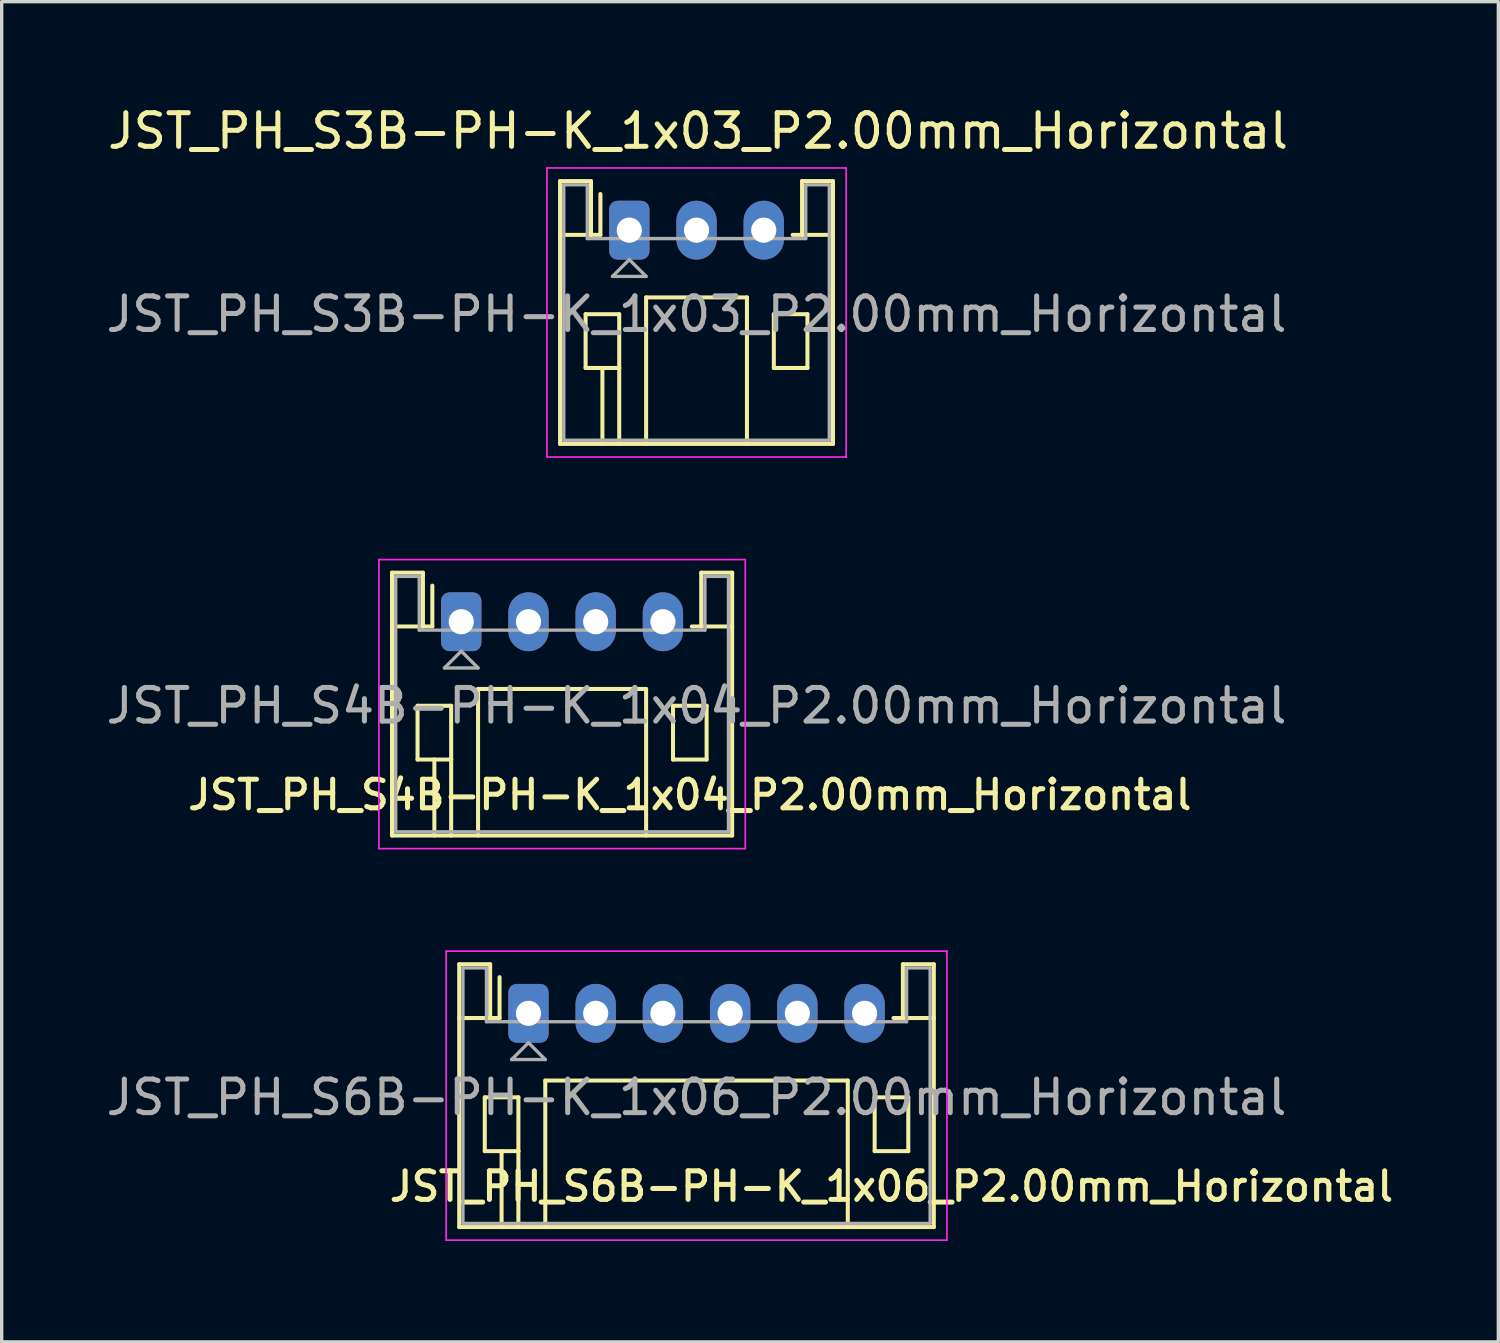
<source format=kicad_pcb>
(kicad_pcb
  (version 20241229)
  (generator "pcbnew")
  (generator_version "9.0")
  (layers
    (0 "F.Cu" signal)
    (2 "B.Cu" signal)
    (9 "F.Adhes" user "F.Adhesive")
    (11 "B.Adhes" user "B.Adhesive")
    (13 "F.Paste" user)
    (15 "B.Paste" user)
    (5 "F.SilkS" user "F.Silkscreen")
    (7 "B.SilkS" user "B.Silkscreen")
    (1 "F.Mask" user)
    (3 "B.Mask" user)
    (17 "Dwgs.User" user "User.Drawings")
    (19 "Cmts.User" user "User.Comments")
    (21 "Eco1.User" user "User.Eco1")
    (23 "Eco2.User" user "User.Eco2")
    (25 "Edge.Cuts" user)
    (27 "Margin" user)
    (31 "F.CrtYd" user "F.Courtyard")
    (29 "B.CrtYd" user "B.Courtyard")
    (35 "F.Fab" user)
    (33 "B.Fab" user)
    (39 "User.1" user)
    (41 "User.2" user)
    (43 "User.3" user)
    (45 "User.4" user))
  (footprint "JST_PH_S3B-PH-K_1x03_P2.00mm_Horizontal"
    (layer "F.Cu")
    (at 15.673 3.798)
    (property "Reference" "JST_PH_S3B-PH-K_1x03_P2.00mm_Horizontal" (at 2.044 -2.95 0) (layer "F.SilkS") (effects (font (size 1 1) (thickness 0.15))))
    (attr through_hole)
    (fp_line (start -2.06 -1.46) (end -2.06 6.36) (stroke (width 0.12) (type solid)) (layer "F.SilkS"))
    (fp_line (start -2.06 0.14) (end -1.14 0.14) (stroke (width 0.12) (type solid)) (layer "F.SilkS"))
    (fp_line (start -2.06 6.36) (end 6.06 6.36) (stroke (width 0.12) (type solid)) (layer "F.SilkS"))
    (fp_line (start -1.3 2.5) (end -1.3 4.1) (stroke (width 0.12) (type solid)) (layer "F.SilkS"))
    (fp_line (start -1.3 4.1) (end -0.3 4.1) (stroke (width 0.12) (type solid)) (layer "F.SilkS"))
    (fp_line (start -1.14 -1.46) (end -2.06 -1.46) (stroke (width 0.12) (type solid)) (layer "F.SilkS"))
    (fp_line (start -1.14 0.14) (end -1.14 -1.46) (stroke (width 0.12) (type solid)) (layer "F.SilkS"))
    (fp_line (start -0.86 0.14) (end -1.14 0.14) (stroke (width 0.12) (type solid)) (layer "F.SilkS"))
    (fp_line (start -0.86 0.14) (end -0.86 -1.075) (stroke (width 0.12) (type solid)) (layer "F.SilkS"))
    (fp_line (start -0.8 4.1) (end -0.8 6.36) (stroke (width 0.12) (type solid)) (layer "F.SilkS"))
    (fp_line (start -0.3 2.5) (end -1.3 2.5) (stroke (width 0.12) (type solid)) (layer "F.SilkS"))
    (fp_line (start -0.3 4.1) (end -0.3 2.5) (stroke (width 0.12) (type solid)) (layer "F.SilkS"))
    (fp_line (start -0.3 4.1) (end -0.3 6.36) (stroke (width 0.12) (type solid)) (layer "F.SilkS"))
    (fp_line (start 0.5 2) (end 3.5 2) (stroke (width 0.12) (type solid)) (layer "F.SilkS"))
    (fp_line (start 0.5 6.36) (end 0.5 2) (stroke (width 0.12) (type solid)) (layer "F.SilkS"))
    (fp_line (start 3.5 2) (end 3.5 6.36) (stroke (width 0.12) (type solid)) (layer "F.SilkS"))
    (fp_line (start 4.3 2.5) (end 5.3 2.5) (stroke (width 0.12) (type solid)) (layer "F.SilkS"))
    (fp_line (start 4.3 4.1) (end 4.3 2.5) (stroke (width 0.12) (type solid)) (layer "F.SilkS"))
    (fp_line (start 5.14 -1.46) (end 5.14 0.14) (stroke (width 0.12) (type solid)) (layer "F.SilkS"))
    (fp_line (start 5.14 0.14) (end 4.86 0.14) (stroke (width 0.12) (type solid)) (layer "F.SilkS"))
    (fp_line (start 5.3 2.5) (end 5.3 4.1) (stroke (width 0.12) (type solid)) (layer "F.SilkS"))
    (fp_line (start 5.3 4.1) (end 4.3 4.1) (stroke (width 0.12) (type solid)) (layer "F.SilkS"))
    (fp_line (start 6.06 -1.46) (end 5.14 -1.46) (stroke (width 0.12) (type solid)) (layer "F.SilkS"))
    (fp_line (start 6.06 0.14) (end 5.14 0.14) (stroke (width 0.12) (type solid)) (layer "F.SilkS"))
    (fp_line (start 6.06 6.36) (end 6.06 -1.46) (stroke (width 0.12) (type solid)) (layer "F.SilkS"))
    (fp_line (start -2.45 -1.85) (end -2.45 6.75) (stroke (width 0.05) (type solid)) (layer "F.CrtYd"))
    (fp_line (start -2.45 6.75) (end 6.45 6.75) (stroke (width 0.05) (type solid)) (layer "F.CrtYd"))
    (fp_line (start 6.45 -1.85) (end -2.45 -1.85) (stroke (width 0.05) (type solid)) (layer "F.CrtYd"))
    (fp_line (start 6.45 6.75) (end 6.45 -1.85) (stroke (width 0.05) (type solid)) (layer "F.CrtYd"))
    (fp_line (start -1.95 -1.35) (end -1.95 6.25) (stroke (width 0.1) (type solid)) (layer "F.Fab"))
    (fp_line (start -1.95 6.25) (end 5.95 6.25) (stroke (width 0.1) (type solid)) (layer "F.Fab"))
    (fp_line (start -1.25 -1.35) (end -1.95 -1.35) (stroke (width 0.1) (type solid)) (layer "F.Fab"))
    (fp_line (start -1.25 0.25) (end -1.25 -1.35) (stroke (width 0.1) (type solid)) (layer "F.Fab"))
    (fp_line (start -0.5 1.375) (end 0.5 1.375) (stroke (width 0.1) (type solid)) (layer "F.Fab"))
    (fp_line (start 0 0.875) (end -0.5 1.375) (stroke (width 0.1) (type solid)) (layer "F.Fab"))
    (fp_line (start 0.5 1.375) (end 0 0.875) (stroke (width 0.1) (type solid)) (layer "F.Fab"))
    (fp_line (start 5.25 -1.35) (end 5.25 0.25) (stroke (width 0.1) (type solid)) (layer "F.Fab"))
    (fp_line (start 5.25 0.25) (end -1.25 0.25) (stroke (width 0.1) (type solid)) (layer "F.Fab"))
    (fp_line (start 5.95 -1.35) (end 5.25 -1.35) (stroke (width 0.1) (type solid)) (layer "F.Fab"))
    (fp_line (start 5.95 6.25) (end 5.95 -1.35) (stroke (width 0.1) (type solid)) (layer "F.Fab"))
    (fp_text user "${REFERENCE}" (at 2 2.5 0) (layer "F.Fab") (effects (font (size 1 1) (thickness 0.15))))
    (pad "1" thru_hole roundrect (at 0 0 180) (size 1.2 1.75) (drill 0.75) (layers "*.Cu" "*.Mask") (roundrect_rratio 0.208))
    (pad "2" thru_hole oval (at 2 0 180) (size 1.2 1.75) (drill 0.75) (layers "*.Cu" "*.Mask"))
    (pad "3" thru_hole oval (at 4 0 180) (size 1.2 1.75) (drill 0.75) (layers "*.Cu" "*.Mask")))
  (footprint "JST_PH_S6B-PH-K_1x06_P2.00mm_Horizontal"
    (layer "F.Cu")
    (at 12.673 27.098)
    (property "Reference" "JST_PH_S6B-PH-K_1x06_P2.00mm_Horizontal" (at 10.8 5.15 0) (layer "F.SilkS") (effects (font (size 0.85 0.85) (thickness 0.15))))
    (attr through_hole)
    (fp_line (start -2.06 -1.46) (end -2.06 6.36) (stroke (width 0.12) (type solid)) (layer "F.SilkS"))
    (fp_line (start -2.06 0.14) (end -1.14 0.14) (stroke (width 0.12) (type solid)) (layer "F.SilkS"))
    (fp_line (start -2.06 6.36) (end 12.06 6.36) (stroke (width 0.12) (type solid)) (layer "F.SilkS"))
    (fp_line (start -1.3 2.5) (end -1.3 4.1) (stroke (width 0.12) (type solid)) (layer "F.SilkS"))
    (fp_line (start -1.3 4.1) (end -0.3 4.1) (stroke (width 0.12) (type solid)) (layer "F.SilkS"))
    (fp_line (start -1.14 -1.46) (end -2.06 -1.46) (stroke (width 0.12) (type solid)) (layer "F.SilkS"))
    (fp_line (start -1.14 0.14) (end -1.14 -1.46) (stroke (width 0.12) (type solid)) (layer "F.SilkS"))
    (fp_line (start -0.86 0.14) (end -1.14 0.14) (stroke (width 0.12) (type solid)) (layer "F.SilkS"))
    (fp_line (start -0.86 0.14) (end -0.86 -1.075) (stroke (width 0.12) (type solid)) (layer "F.SilkS"))
    (fp_line (start -0.8 4.1) (end -0.8 6.36) (stroke (width 0.12) (type solid)) (layer "F.SilkS"))
    (fp_line (start -0.3 2.5) (end -1.3 2.5) (stroke (width 0.12) (type solid)) (layer "F.SilkS"))
    (fp_line (start -0.3 4.1) (end -0.3 2.5) (stroke (width 0.12) (type solid)) (layer "F.SilkS"))
    (fp_line (start -0.3 4.1) (end -0.3 6.36) (stroke (width 0.12) (type solid)) (layer "F.SilkS"))
    (fp_line (start 0.5 2) (end 9.5 2) (stroke (width 0.12) (type solid)) (layer "F.SilkS"))
    (fp_line (start 0.5 6.36) (end 0.5 2) (stroke (width 0.12) (type solid)) (layer "F.SilkS"))
    (fp_line (start 9.5 2) (end 9.5 6.36) (stroke (width 0.12) (type solid)) (layer "F.SilkS"))
    (fp_line (start 10.3 2.5) (end 11.3 2.5) (stroke (width 0.12) (type solid)) (layer "F.SilkS"))
    (fp_line (start 10.3 4.1) (end 10.3 2.5) (stroke (width 0.12) (type solid)) (layer "F.SilkS"))
    (fp_line (start 11.14 -1.46) (end 11.14 0.14) (stroke (width 0.12) (type solid)) (layer "F.SilkS"))
    (fp_line (start 11.14 0.14) (end 10.86 0.14) (stroke (width 0.12) (type solid)) (layer "F.SilkS"))
    (fp_line (start 11.3 2.5) (end 11.3 4.1) (stroke (width 0.12) (type solid)) (layer "F.SilkS"))
    (fp_line (start 11.3 4.1) (end 10.3 4.1) (stroke (width 0.12) (type solid)) (layer "F.SilkS"))
    (fp_line (start 12.06 -1.46) (end 11.14 -1.46) (stroke (width 0.12) (type solid)) (layer "F.SilkS"))
    (fp_line (start 12.06 0.14) (end 11.14 0.14) (stroke (width 0.12) (type solid)) (layer "F.SilkS"))
    (fp_line (start 12.06 6.36) (end 12.06 -1.46) (stroke (width 0.12) (type solid)) (layer "F.SilkS"))
    (fp_line (start -2.45 -1.85) (end -2.45 6.75) (stroke (width 0.05) (type solid)) (layer "F.CrtYd"))
    (fp_line (start -2.45 6.75) (end 12.45 6.75) (stroke (width 0.05) (type solid)) (layer "F.CrtYd"))
    (fp_line (start 12.45 -1.85) (end -2.45 -1.85) (stroke (width 0.05) (type solid)) (layer "F.CrtYd"))
    (fp_line (start 12.45 6.75) (end 12.45 -1.85) (stroke (width 0.05) (type solid)) (layer "F.CrtYd"))
    (fp_line (start -1.95 -1.35) (end -1.95 6.25) (stroke (width 0.1) (type solid)) (layer "F.Fab"))
    (fp_line (start -1.95 6.25) (end 11.95 6.25) (stroke (width 0.1) (type solid)) (layer "F.Fab"))
    (fp_line (start -1.25 -1.35) (end -1.95 -1.35) (stroke (width 0.1) (type solid)) (layer "F.Fab"))
    (fp_line (start -1.25 0.25) (end -1.25 -1.35) (stroke (width 0.1) (type solid)) (layer "F.Fab"))
    (fp_line (start -0.5 1.375) (end 0.5 1.375) (stroke (width 0.1) (type solid)) (layer "F.Fab"))
    (fp_line (start 0 0.875) (end -0.5 1.375) (stroke (width 0.1) (type solid)) (layer "F.Fab"))
    (fp_line (start 0.5 1.375) (end 0 0.875) (stroke (width 0.1) (type solid)) (layer "F.Fab"))
    (fp_line (start 11.25 -1.35) (end 11.25 0.25) (stroke (width 0.1) (type solid)) (layer "F.Fab"))
    (fp_line (start 11.25 0.25) (end -1.25 0.25) (stroke (width 0.1) (type solid)) (layer "F.Fab"))
    (fp_line (start 11.95 -1.35) (end 11.25 -1.35) (stroke (width 0.1) (type solid)) (layer "F.Fab"))
    (fp_line (start 11.95 6.25) (end 11.95 -1.35) (stroke (width 0.1) (type solid)) (layer "F.Fab"))
    (fp_text user "${REFERENCE}" (at 5 2.5 0) (unlocked yes) (layer "F.Fab") (effects (font (size 1 1) (thickness 0.15))))
    (pad "1" thru_hole roundrect (at 0 0 180) (size 1.2 1.75) (drill 0.75) (layers "*.Cu" "*.Mask") (roundrect_rratio 0.208))
    (pad "2" thru_hole oval (at 2 0 180) (size 1.2 1.75) (drill 0.75) (layers "*.Cu" "*.Mask"))
    (pad "3" thru_hole oval (at 4 0 180) (size 1.2 1.75) (drill 0.75) (layers "*.Cu" "*.Mask"))
    (pad "4" thru_hole oval (at 6 0 180) (size 1.2 1.75) (drill 0.75) (layers "*.Cu" "*.Mask"))
    (pad "5" thru_hole oval (at 8 0 180) (size 1.2 1.75) (drill 0.75) (layers "*.Cu" "*.Mask"))
    (pad "6" thru_hole oval (at 10 0 180) (size 1.2 1.75) (drill 0.75) (layers "*.Cu" "*.Mask")))
  (footprint "JST_PH_S4B-PH-K_1x04_P2.00mm_Horizontal"
    (layer "F.Cu")
    (at 10.673 15.448)
    (property "Reference" "JST_PH_S4B-PH-K_1x04_P2.00mm_Horizontal" (at 6.8 5.15 0) (layer "F.SilkS") (effects (font (size 0.85 0.85) (thickness 0.15))))
    (attr through_hole)
    (fp_line (start -2.06 -1.46) (end -2.06 6.36) (stroke (width 0.12) (type solid)) (layer "F.SilkS"))
    (fp_line (start -2.06 0.14) (end -1.14 0.14) (stroke (width 0.12) (type solid)) (layer "F.SilkS"))
    (fp_line (start -2.06 6.36) (end 8.06 6.36) (stroke (width 0.12) (type solid)) (layer "F.SilkS"))
    (fp_line (start -1.3 2.5) (end -1.3 4.1) (stroke (width 0.12) (type solid)) (layer "F.SilkS"))
    (fp_line (start -1.3 4.1) (end -0.3 4.1) (stroke (width 0.12) (type solid)) (layer "F.SilkS"))
    (fp_line (start -1.14 -1.46) (end -2.06 -1.46) (stroke (width 0.12) (type solid)) (layer "F.SilkS"))
    (fp_line (start -1.14 0.14) (end -1.14 -1.46) (stroke (width 0.12) (type solid)) (layer "F.SilkS"))
    (fp_line (start -0.86 0.14) (end -1.14 0.14) (stroke (width 0.12) (type solid)) (layer "F.SilkS"))
    (fp_line (start -0.86 0.14) (end -0.86 -1.075) (stroke (width 0.12) (type solid)) (layer "F.SilkS"))
    (fp_line (start -0.8 4.1) (end -0.8 6.36) (stroke (width 0.12) (type solid)) (layer "F.SilkS"))
    (fp_line (start -0.3 2.5) (end -1.3 2.5) (stroke (width 0.12) (type solid)) (layer "F.SilkS"))
    (fp_line (start -0.3 4.1) (end -0.3 2.5) (stroke (width 0.12) (type solid)) (layer "F.SilkS"))
    (fp_line (start -0.3 4.1) (end -0.3 6.36) (stroke (width 0.12) (type solid)) (layer "F.SilkS"))
    (fp_line (start 0.5 2) (end 5.5 2) (stroke (width 0.12) (type solid)) (layer "F.SilkS"))
    (fp_line (start 0.5 6.36) (end 0.5 2) (stroke (width 0.12) (type solid)) (layer "F.SilkS"))
    (fp_line (start 5.5 2) (end 5.5 6.36) (stroke (width 0.12) (type solid)) (layer "F.SilkS"))
    (fp_line (start 6.3 2.5) (end 7.3 2.5) (stroke (width 0.12) (type solid)) (layer "F.SilkS"))
    (fp_line (start 6.3 4.1) (end 6.3 2.5) (stroke (width 0.12) (type solid)) (layer "F.SilkS"))
    (fp_line (start 7.14 -1.46) (end 7.14 0.14) (stroke (width 0.12) (type solid)) (layer "F.SilkS"))
    (fp_line (start 7.14 0.14) (end 6.86 0.14) (stroke (width 0.12) (type solid)) (layer "F.SilkS"))
    (fp_line (start 7.3 2.5) (end 7.3 4.1) (stroke (width 0.12) (type solid)) (layer "F.SilkS"))
    (fp_line (start 7.3 4.1) (end 6.3 4.1) (stroke (width 0.12) (type solid)) (layer "F.SilkS"))
    (fp_line (start 8.06 -1.46) (end 7.14 -1.46) (stroke (width 0.12) (type solid)) (layer "F.SilkS"))
    (fp_line (start 8.06 0.14) (end 7.14 0.14) (stroke (width 0.12) (type solid)) (layer "F.SilkS"))
    (fp_line (start 8.06 6.36) (end 8.06 -1.46) (stroke (width 0.12) (type solid)) (layer "F.SilkS"))
    (fp_line (start -2.45 -1.85) (end -2.45 6.75) (stroke (width 0.05) (type solid)) (layer "F.CrtYd"))
    (fp_line (start -2.45 6.75) (end 8.45 6.75) (stroke (width 0.05) (type solid)) (layer "F.CrtYd"))
    (fp_line (start 8.45 -1.85) (end -2.45 -1.85) (stroke (width 0.05) (type solid)) (layer "F.CrtYd"))
    (fp_line (start 8.45 6.75) (end 8.45 -1.85) (stroke (width 0.05) (type solid)) (layer "F.CrtYd"))
    (fp_line (start -1.95 -1.35) (end -1.95 6.25) (stroke (width 0.1) (type solid)) (layer "F.Fab"))
    (fp_line (start -1.95 6.25) (end 7.95 6.25) (stroke (width 0.1) (type solid)) (layer "F.Fab"))
    (fp_line (start -1.25 -1.35) (end -1.95 -1.35) (stroke (width 0.1) (type solid)) (layer "F.Fab"))
    (fp_line (start -1.25 0.25) (end -1.25 -1.35) (stroke (width 0.1) (type solid)) (layer "F.Fab"))
    (fp_line (start -0.5 1.375) (end 0.5 1.375) (stroke (width 0.1) (type solid)) (layer "F.Fab"))
    (fp_line (start 0 0.875) (end -0.5 1.375) (stroke (width 0.1) (type solid)) (layer "F.Fab"))
    (fp_line (start 0.5 1.375) (end 0 0.875) (stroke (width 0.1) (type solid)) (layer "F.Fab"))
    (fp_line (start 7.25 -1.35) (end 7.25 0.25) (stroke (width 0.1) (type solid)) (layer "F.Fab"))
    (fp_line (start 7.25 0.25) (end -1.25 0.25) (stroke (width 0.1) (type solid)) (layer "F.Fab"))
    (fp_line (start 7.95 -1.35) (end 7.25 -1.35) (stroke (width 0.1) (type solid)) (layer "F.Fab"))
    (fp_line (start 7.95 6.25) (end 7.95 -1.35) (stroke (width 0.1) (type solid)) (layer "F.Fab"))
    (fp_text user "${REFERENCE}" (at 7 2.5 0) (layer "F.Fab") (effects (font (size 1 1) (thickness 0.15))))
    (pad "1" thru_hole roundrect (at 0 0 180) (size 1.2 1.75) (drill 0.75) (layers "*.Cu" "*.Mask") (roundrect_rratio 0.208))
    (pad "2" thru_hole oval (at 2 0 180) (size 1.2 1.75) (drill 0.75) (layers "*.Cu" "*.Mask"))
    (pad "3" thru_hole oval (at 4 0 180) (size 1.2 1.75) (drill 0.75) (layers "*.Cu" "*.Mask"))
    (pad "4" thru_hole oval (at 6 0 180) (size 1.2 1.75) (drill 0.75) (layers "*.Cu" "*.Mask")))
  (gr_rect
    (start -3 -3)
    (end 41.528 36.873)
    (stroke (width 0.1) (type default))
    (fill no)
    (layer "Edge.Cuts")))
</source>
